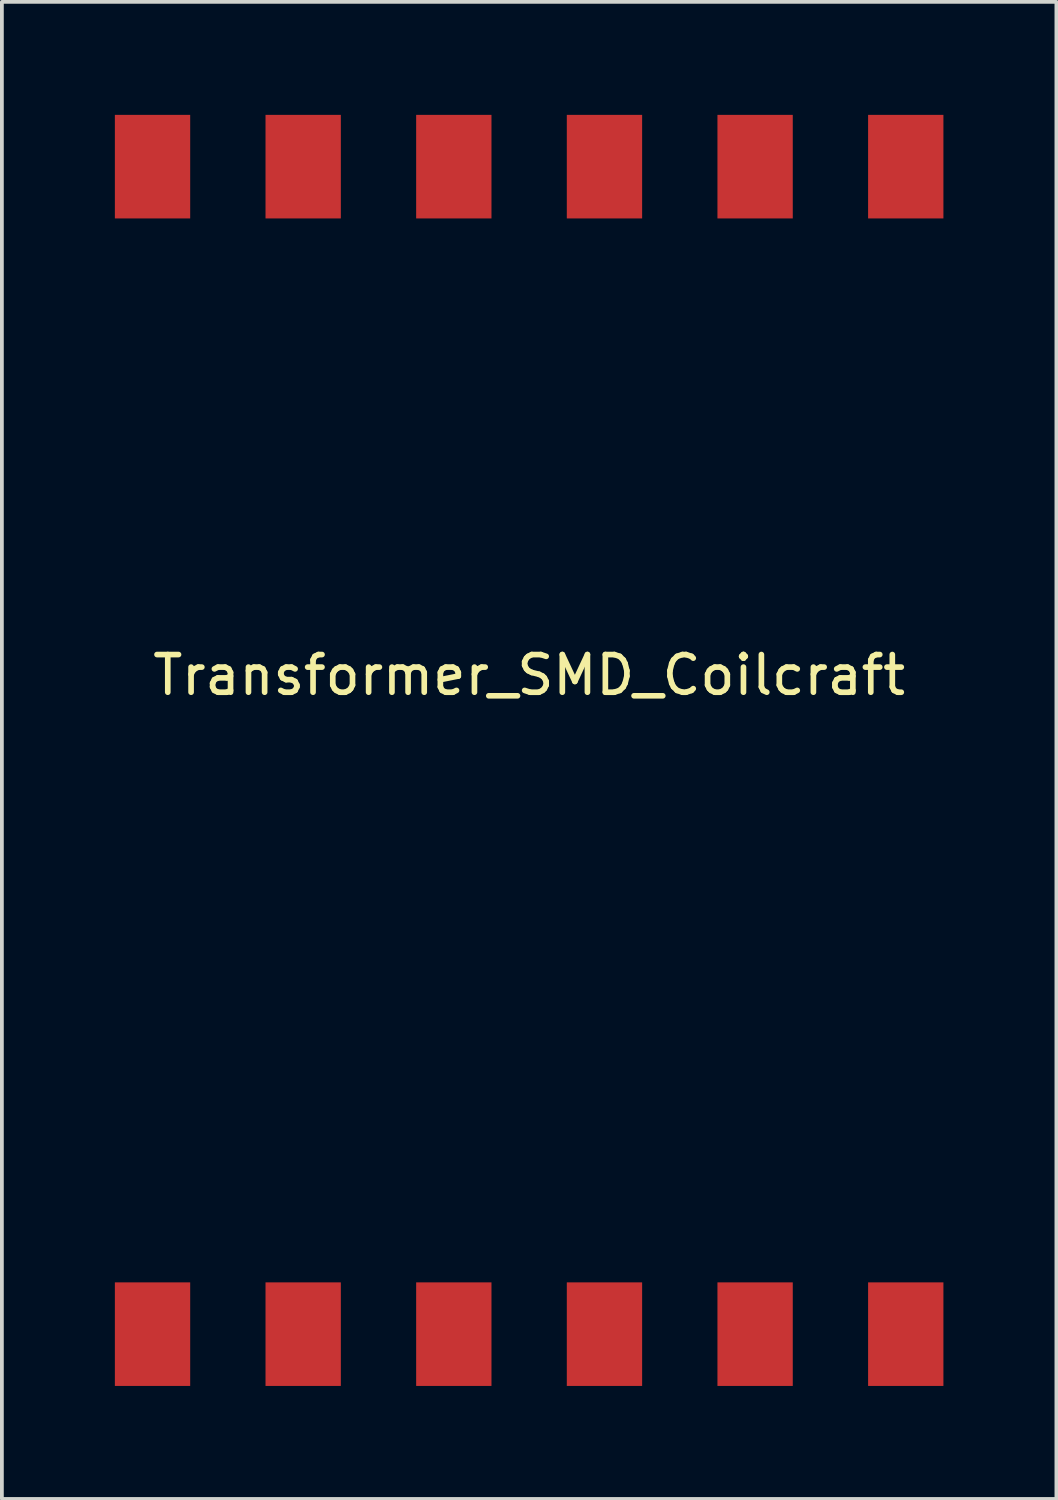
<source format=kicad_pcb>
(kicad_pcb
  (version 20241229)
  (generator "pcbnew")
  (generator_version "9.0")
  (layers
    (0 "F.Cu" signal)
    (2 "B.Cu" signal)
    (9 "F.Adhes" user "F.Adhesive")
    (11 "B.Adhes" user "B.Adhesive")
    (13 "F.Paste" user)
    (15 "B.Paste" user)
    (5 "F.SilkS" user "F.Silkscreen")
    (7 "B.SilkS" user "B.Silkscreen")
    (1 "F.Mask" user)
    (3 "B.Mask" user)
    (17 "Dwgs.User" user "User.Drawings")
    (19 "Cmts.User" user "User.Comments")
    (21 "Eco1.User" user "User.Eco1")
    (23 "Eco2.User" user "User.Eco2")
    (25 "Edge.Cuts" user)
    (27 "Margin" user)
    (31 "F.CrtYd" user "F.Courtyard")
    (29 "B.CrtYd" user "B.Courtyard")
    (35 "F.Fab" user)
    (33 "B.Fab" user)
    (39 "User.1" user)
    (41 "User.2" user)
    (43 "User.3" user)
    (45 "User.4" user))
  (footprint "Transformer_SMD_Coilcraft"
    (layer "F.Cu")
    (at 11 16.875)
    (property "Reference" "Transformer_SMD_Coilcraft" (at 0 -2 180) (layer "F.SilkS") (effects (font (size 1 1) (thickness 0.15))))
    (attr smd)
    (pad "1" smd rect (at -10 15.5) (size 2 2.75) (layers "F.Cu" "F.Mask" "F.Paste"))
    (pad "2" smd rect (at -6 15.5) (size 2 2.75) (layers "F.Cu" "F.Mask" "F.Paste"))
    (pad "3" smd rect (at -2 15.5) (size 2 2.75) (layers "F.Cu" "F.Mask" "F.Paste"))
    (pad "4" smd rect (at 2 15.5) (size 2 2.75) (layers "F.Cu" "F.Mask" "F.Paste"))
    (pad "5" smd rect (at 6 15.5) (size 2 2.75) (layers "F.Cu" "F.Mask" "F.Paste"))
    (pad "6" smd rect (at 10 15.5) (size 2 2.75) (layers "F.Cu" "F.Mask" "F.Paste"))
    (pad "7" smd rect (at 10 -15.5) (size 2 2.75) (layers "F.Cu" "F.Mask" "F.Paste"))
    (pad "8" smd rect (at 6 -15.5) (size 2 2.75) (layers "F.Cu" "F.Mask" "F.Paste"))
    (pad "9" smd rect (at 2 -15.5) (size 2 2.75) (layers "F.Cu" "F.Mask" "F.Paste"))
    (pad "10" smd rect (at -2 -15.5) (size 2 2.75) (layers "F.Cu" "F.Mask" "F.Paste"))
    (pad "11" smd rect (at -6 -15.5) (size 2 2.75) (layers "F.Cu" "F.Mask" "F.Paste"))
    (pad "12" smd rect (at -10 -15.5) (size 2 2.75) (layers "F.Cu" "F.Mask" "F.Paste")))
  (gr_rect
    (start -3 -3)
    (end 25 36.75)
    (stroke (width 0.1) (type default))
    (fill no)
    (layer "Edge.Cuts")))
</source>
